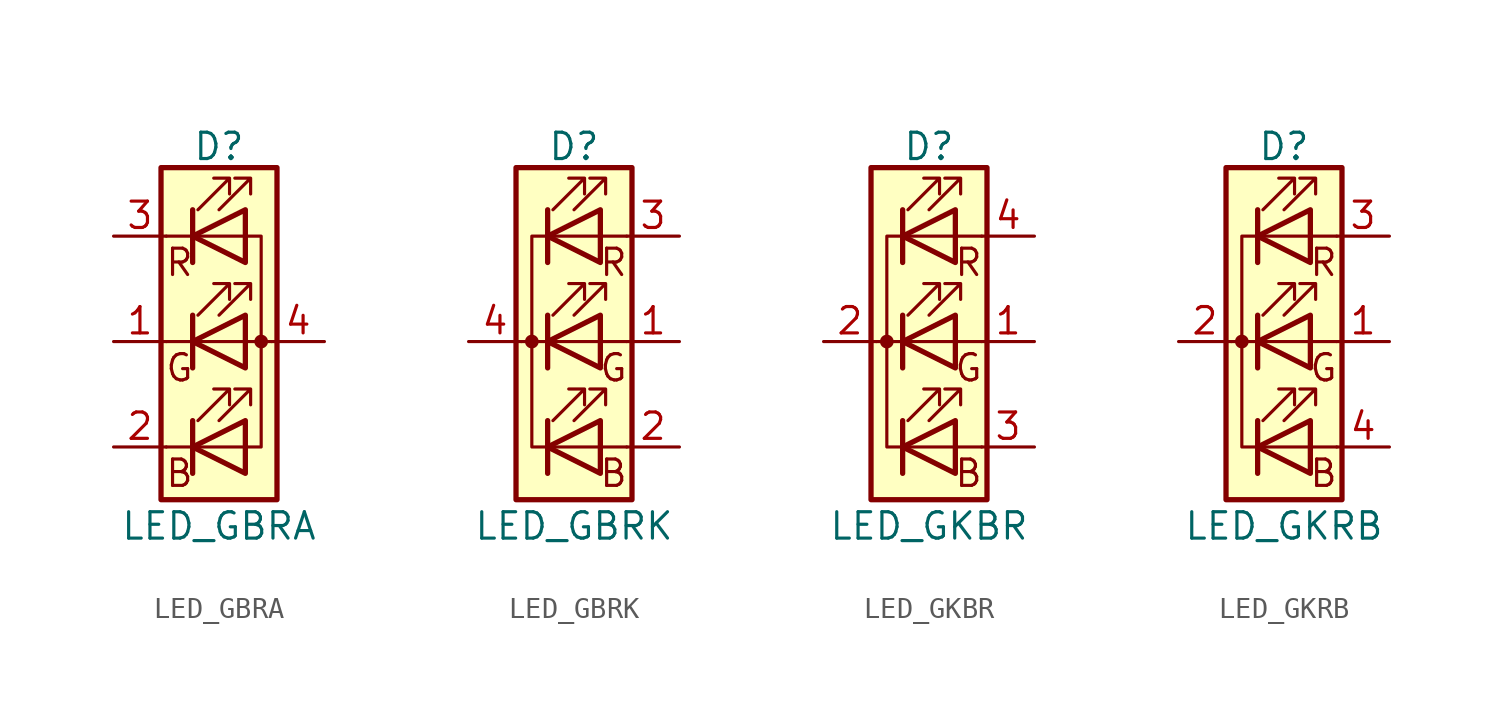
<source format=kicad_sym>
(kicad_symbol_lib
  (version 20241209)
  (generator "kicad_symbol_editor")
  (generator_version "9.0")
  (symbol "LED_GBRA"
    (pin_names
      (offset 0)
      (hide yes))
    (property "Reference" "D"
      (at 0 9.398 0)
      (effects (font (size 1.27 1.27))))
    (property "Value" "LED_GBRA"
      (at 0 -8.89 0)
      (effects (font (size 1.27 1.27))))
    (symbol "LED_GBRA_0_0"
      (text "R" (at -1.905 3.81 0) (effects (font (size 1.27 1.27))))
      (text "G" (at -1.905 -1.27 0) (effects (font (size 1.27 1.27))))
      (text "B" (at -1.905 -6.35 0) (effects (font (size 1.27 1.27)))))
    (symbol "LED_GBRA_0_1"
      (polyline (pts (xy -1.27 6.35) (xy -1.27 3.81)) (stroke (width 0.254) (type default)) (fill (type none)))
      (polyline (pts (xy -1.27 6.35) (xy -1.27 3.81) (xy -1.27 3.81)) (stroke (width 0) (type default)) (fill (type none)))
      (polyline (pts (xy -1.27 5.08) (xy -2.54 5.08)) (stroke (width 0) (type default)) (fill (type none)))
      (polyline (pts (xy -1.27 5.08) (xy 1.27 5.08)) (stroke (width 0) (type default)) (fill (type none)))
      (polyline (pts (xy -1.27 1.27) (xy -1.27 -1.27)) (stroke (width 0.254) (type default)) (fill (type none)))
      (polyline (pts (xy -1.27 1.27) (xy -1.27 -1.27) (xy -1.27 -1.27)) (stroke (width 0) (type default)) (fill (type none)))
      (polyline (pts (xy -1.27 0) (xy -2.54 0)) (stroke (width 0) (type default)) (fill (type none)))
      (polyline (pts (xy -1.27 -3.81) (xy -1.27 -6.35)) (stroke (width 0.254) (type default)) (fill (type none)))
      (polyline (pts (xy -1.27 -5.08) (xy -2.54 -5.08)) (stroke (width 0) (type default)) (fill (type none)))
      (polyline (pts (xy -1.27 -5.08) (xy 1.27 -5.08)) (stroke (width 0) (type default)) (fill (type none)))
      (polyline (pts (xy -1.016 6.35) (xy 0.508 7.874) (xy -0.254 7.874) (xy 0.508 7.874) (xy 0.508 7.112)) (stroke (width 0) (type default)) (fill (type none)))
      (polyline (pts (xy -1.016 1.27) (xy 0.508 2.794) (xy -0.254 2.794) (xy 0.508 2.794) (xy 0.508 2.032)) (stroke (width 0) (type default)) (fill (type none)))
      (polyline (pts (xy -1.016 -3.81) (xy 0.508 -2.286) (xy -0.254 -2.286) (xy 0.508 -2.286) (xy 0.508 -3.048)) (stroke (width 0) (type default)) (fill (type none)))
      (polyline (pts (xy 0 6.35) (xy 1.524 7.874) (xy 0.762 7.874) (xy 1.524 7.874) (xy 1.524 7.112)) (stroke (width 0) (type default)) (fill (type none)))
      (polyline (pts (xy 0 1.27) (xy 1.524 2.794) (xy 0.762 2.794) (xy 1.524 2.794) (xy 1.524 2.032)) (stroke (width 0) (type default)) (fill (type none)))
      (polyline (pts (xy 0 -3.81) (xy 1.524 -2.286) (xy 0.762 -2.286) (xy 1.524 -2.286) (xy 1.524 -3.048)) (stroke (width 0) (type default)) (fill (type none)))
      (polyline (pts (xy 1.27 6.35) (xy 1.27 3.81) (xy -1.27 5.08) (xy 1.27 6.35)) (stroke (width 0.254) (type default)) (fill (type none)))
      (rectangle (start 1.27 6.35) (end 1.27 6.35) (stroke (width 0) (type default)) (fill (type none)))
      (rectangle (start 1.27 3.81) (end 1.27 6.35) (stroke (width 0) (type default)) (fill (type none)))
      (polyline (pts (xy 1.27 1.27) (xy 1.27 -1.27) (xy -1.27 0) (xy 1.27 1.27)) (stroke (width 0.254) (type default)) (fill (type none)))
      (rectangle (start 1.27 1.27) (end 1.27 1.27) (stroke (width 0) (type default)) (fill (type none)))
      (polyline (pts (xy 1.27 0) (xy -1.27 0)) (stroke (width 0) (type default)) (fill (type none)))
      (polyline (pts (xy 1.27 0) (xy 2.54 0)) (stroke (width 0) (type default)) (fill (type none)))
      (rectangle (start 1.27 -1.27) (end 1.27 1.27) (stroke (width 0) (type default)) (fill (type none)))
      (polyline (pts (xy 1.27 -3.81) (xy 1.27 -6.35) (xy -1.27 -5.08) (xy 1.27 -3.81)) (stroke (width 0.254) (type default)) (fill (type none)))
      (polyline (pts (xy 1.27 -5.08) (xy 2.032 -5.08) (xy 2.032 5.08) (xy 1.27 5.08)) (stroke (width 0) (type default)) (fill (type none)))
      (circle (center 2.032 0) (radius 0.254) (stroke (width 0) (type default)) (fill (type outline)))
      (rectangle (start 2.794 8.382) (end -2.794 -7.62) (stroke (width 0.254) (type default)) (fill (type background))))
    (symbol "LED_GBRA_1_1"
      (pin passive line (at -5.08 5.08 0) (length 2.54) (name "RK" (effects (font (size 1.27 1.27)))) (number "3" (effects (font (size 1.27 1.27)))))
      (pin passive line (at -5.08 0 0) (length 2.54) (name "GK" (effects (font (size 1.27 1.27)))) (number "1" (effects (font (size 1.27 1.27)))))
      (pin passive line (at -5.08 -5.08 0) (length 2.54) (name "BK" (effects (font (size 1.27 1.27)))) (number "2" (effects (font (size 1.27 1.27)))))
      (pin passive line (at 5.08 0 180) (length 2.54) (name "A" (effects (font (size 1.27 1.27)))) (number "4" (effects (font (size 1.27 1.27)))))))
  (symbol "LED_GBRK"
    (pin_names
      (offset 0)
      (hide yes))
    (property "Reference" "D"
      (at 0 9.398 0)
      (effects (font (size 1.27 1.27))))
    (property "Value" "LED_GBRK"
      (at 0 -8.89 0)
      (effects (font (size 1.27 1.27))))
    (symbol "LED_GBRK_0_0"
      (text "R" (at 1.905 3.81 0) (effects (font (size 1.27 1.27))))
      (text "G" (at 1.905 -1.27 0) (effects (font (size 1.27 1.27))))
      (text "B" (at 1.905 -6.35 0) (effects (font (size 1.27 1.27)))))
    (symbol "LED_GBRK_0_1"
      (circle (center -2.032 0) (radius 0.254) (stroke (width 0) (type default)) (fill (type outline)))
      (polyline (pts (xy -1.27 6.35) (xy -1.27 3.81)) (stroke (width 0.254) (type default)) (fill (type none)))
      (polyline (pts (xy -1.27 6.35) (xy -1.27 3.81) (xy -1.27 3.81)) (stroke (width 0) (type default)) (fill (type none)))
      (polyline (pts (xy -1.27 5.08) (xy 1.27 5.08)) (stroke (width 0) (type default)) (fill (type none)))
      (polyline (pts (xy -1.27 5.08) (xy -2.032 5.08) (xy -2.032 -5.08) (xy -1.016 -5.08)) (stroke (width 0) (type default)) (fill (type none)))
      (polyline (pts (xy -1.27 1.27) (xy -1.27 -1.27)) (stroke (width 0.254) (type default)) (fill (type none)))
      (polyline (pts (xy -1.27 1.27) (xy -1.27 -1.27) (xy -1.27 -1.27)) (stroke (width 0) (type default)) (fill (type none)))
      (polyline (pts (xy -1.27 0) (xy -2.54 0)) (stroke (width 0) (type default)) (fill (type none)))
      (polyline (pts (xy -1.27 -3.81) (xy -1.27 -6.35)) (stroke (width 0.254) (type default)) (fill (type none)))
      (polyline (pts (xy -1.27 -5.08) (xy 1.27 -5.08)) (stroke (width 0) (type default)) (fill (type none)))
      (polyline (pts (xy -1.016 6.35) (xy 0.508 7.874) (xy -0.254 7.874) (xy 0.508 7.874) (xy 0.508 7.112)) (stroke (width 0) (type default)) (fill (type none)))
      (polyline (pts (xy -1.016 1.27) (xy 0.508 2.794) (xy -0.254 2.794) (xy 0.508 2.794) (xy 0.508 2.032)) (stroke (width 0) (type default)) (fill (type none)))
      (polyline (pts (xy -1.016 -3.81) (xy 0.508 -2.286) (xy -0.254 -2.286) (xy 0.508 -2.286) (xy 0.508 -3.048)) (stroke (width 0) (type default)) (fill (type none)))
      (polyline (pts (xy 0 6.35) (xy 1.524 7.874) (xy 0.762 7.874) (xy 1.524 7.874) (xy 1.524 7.112)) (stroke (width 0) (type default)) (fill (type none)))
      (polyline (pts (xy 0 1.27) (xy 1.524 2.794) (xy 0.762 2.794) (xy 1.524 2.794) (xy 1.524 2.032)) (stroke (width 0) (type default)) (fill (type none)))
      (polyline (pts (xy 0 -3.81) (xy 1.524 -2.286) (xy 0.762 -2.286) (xy 1.524 -2.286) (xy 1.524 -3.048)) (stroke (width 0) (type default)) (fill (type none)))
      (polyline (pts (xy 1.27 6.35) (xy 1.27 3.81) (xy -1.27 5.08) (xy 1.27 6.35)) (stroke (width 0.254) (type default)) (fill (type none)))
      (rectangle (start 1.27 6.35) (end 1.27 6.35) (stroke (width 0) (type default)) (fill (type none)))
      (polyline (pts (xy 1.27 5.08) (xy 2.54 5.08)) (stroke (width 0) (type default)) (fill (type none)))
      (rectangle (start 1.27 3.81) (end 1.27 6.35) (stroke (width 0) (type default)) (fill (type none)))
      (polyline (pts (xy 1.27 1.27) (xy 1.27 -1.27) (xy -1.27 0) (xy 1.27 1.27)) (stroke (width 0.254) (type default)) (fill (type none)))
      (rectangle (start 1.27 1.27) (end 1.27 1.27) (stroke (width 0) (type default)) (fill (type none)))
      (polyline (pts (xy 1.27 0) (xy -1.27 0)) (stroke (width 0) (type default)) (fill (type none)))
      (polyline (pts (xy 1.27 0) (xy 2.54 0)) (stroke (width 0) (type default)) (fill (type none)))
      (rectangle (start 1.27 -1.27) (end 1.27 1.27) (stroke (width 0) (type default)) (fill (type none)))
      (polyline (pts (xy 1.27 -3.81) (xy 1.27 -6.35) (xy -1.27 -5.08) (xy 1.27 -3.81)) (stroke (width 0.254) (type default)) (fill (type none)))
      (polyline (pts (xy 1.27 -5.08) (xy 2.54 -5.08)) (stroke (width 0) (type default)) (fill (type none)))
      (rectangle (start 2.794 8.382) (end -2.794 -7.62) (stroke (width 0.254) (type default)) (fill (type background))))
    (symbol "LED_GBRK_1_1"
      (pin passive line (at -5.08 0 0) (length 2.54) (name "K" (effects (font (size 1.27 1.27)))) (number "4" (effects (font (size 1.27 1.27)))))
      (pin passive line (at 5.08 5.08 180) (length 2.54) (name "RA" (effects (font (size 1.27 1.27)))) (number "3" (effects (font (size 1.27 1.27)))))
      (pin passive line (at 5.08 0 180) (length 2.54) (name "GA" (effects (font (size 1.27 1.27)))) (number "1" (effects (font (size 1.27 1.27)))))
      (pin passive line (at 5.08 -5.08 180) (length 2.54) (name "BA" (effects (font (size 1.27 1.27)))) (number "2" (effects (font (size 1.27 1.27)))))))
  (symbol "LED_GKBR"
    (pin_names
      (offset 0)
      (hide yes))
    (property "Reference" "D"
      (at 0 9.398 0)
      (effects (font (size 1.27 1.27))))
    (property "Value" "LED_GKBR"
      (at 0 -8.89 0)
      (effects (font (size 1.27 1.27))))
    (symbol "LED_GKBR_0_0"
      (text "R" (at 1.905 3.81 0) (effects (font (size 1.27 1.27))))
      (text "G" (at 1.905 -1.27 0) (effects (font (size 1.27 1.27))))
      (text "B" (at 1.905 -6.35 0) (effects (font (size 1.27 1.27)))))
    (symbol "LED_GKBR_0_1"
      (circle (center -2.032 0) (radius 0.254) (stroke (width 0) (type default)) (fill (type outline)))
      (polyline (pts (xy -1.27 6.35) (xy -1.27 3.81)) (stroke (width 0.254) (type default)) (fill (type none)))
      (polyline (pts (xy -1.27 6.35) (xy -1.27 3.81) (xy -1.27 3.81)) (stroke (width 0) (type default)) (fill (type none)))
      (polyline (pts (xy -1.27 5.08) (xy 1.27 5.08)) (stroke (width 0) (type default)) (fill (type none)))
      (polyline (pts (xy -1.27 5.08) (xy -2.032 5.08) (xy -2.032 -5.08) (xy -1.016 -5.08)) (stroke (width 0) (type default)) (fill (type none)))
      (polyline (pts (xy -1.27 1.27) (xy -1.27 -1.27)) (stroke (width 0.254) (type default)) (fill (type none)))
      (polyline (pts (xy -1.27 1.27) (xy -1.27 -1.27) (xy -1.27 -1.27)) (stroke (width 0) (type default)) (fill (type none)))
      (polyline (pts (xy -1.27 0) (xy -2.54 0)) (stroke (width 0) (type default)) (fill (type none)))
      (polyline (pts (xy -1.27 -3.81) (xy -1.27 -6.35)) (stroke (width 0.254) (type default)) (fill (type none)))
      (polyline (pts (xy -1.27 -5.08) (xy 1.27 -5.08)) (stroke (width 0) (type default)) (fill (type none)))
      (polyline (pts (xy -1.016 6.35) (xy 0.508 7.874) (xy -0.254 7.874) (xy 0.508 7.874) (xy 0.508 7.112)) (stroke (width 0) (type default)) (fill (type none)))
      (polyline (pts (xy -1.016 1.27) (xy 0.508 2.794) (xy -0.254 2.794) (xy 0.508 2.794) (xy 0.508 2.032)) (stroke (width 0) (type default)) (fill (type none)))
      (polyline (pts (xy -1.016 -3.81) (xy 0.508 -2.286) (xy -0.254 -2.286) (xy 0.508 -2.286) (xy 0.508 -3.048)) (stroke (width 0) (type default)) (fill (type none)))
      (polyline (pts (xy 0 6.35) (xy 1.524 7.874) (xy 0.762 7.874) (xy 1.524 7.874) (xy 1.524 7.112)) (stroke (width 0) (type default)) (fill (type none)))
      (polyline (pts (xy 0 1.27) (xy 1.524 2.794) (xy 0.762 2.794) (xy 1.524 2.794) (xy 1.524 2.032)) (stroke (width 0) (type default)) (fill (type none)))
      (polyline (pts (xy 0 -3.81) (xy 1.524 -2.286) (xy 0.762 -2.286) (xy 1.524 -2.286) (xy 1.524 -3.048)) (stroke (width 0) (type default)) (fill (type none)))
      (polyline (pts (xy 1.27 6.35) (xy 1.27 3.81) (xy -1.27 5.08) (xy 1.27 6.35)) (stroke (width 0.254) (type default)) (fill (type none)))
      (rectangle (start 1.27 6.35) (end 1.27 6.35) (stroke (width 0) (type default)) (fill (type none)))
      (polyline (pts (xy 1.27 5.08) (xy 2.54 5.08)) (stroke (width 0) (type default)) (fill (type none)))
      (rectangle (start 1.27 3.81) (end 1.27 6.35) (stroke (width 0) (type default)) (fill (type none)))
      (polyline (pts (xy 1.27 1.27) (xy 1.27 -1.27) (xy -1.27 0) (xy 1.27 1.27)) (stroke (width 0.254) (type default)) (fill (type none)))
      (rectangle (start 1.27 1.27) (end 1.27 1.27) (stroke (width 0) (type default)) (fill (type none)))
      (polyline (pts (xy 1.27 0) (xy -1.27 0)) (stroke (width 0) (type default)) (fill (type none)))
      (polyline (pts (xy 1.27 0) (xy 2.54 0)) (stroke (width 0) (type default)) (fill (type none)))
      (rectangle (start 1.27 -1.27) (end 1.27 1.27) (stroke (width 0) (type default)) (fill (type none)))
      (polyline (pts (xy 1.27 -3.81) (xy 1.27 -6.35) (xy -1.27 -5.08) (xy 1.27 -3.81)) (stroke (width 0.254) (type default)) (fill (type none)))
      (polyline (pts (xy 1.27 -5.08) (xy 2.54 -5.08)) (stroke (width 0) (type default)) (fill (type none)))
      (rectangle (start 2.794 8.382) (end -2.794 -7.62) (stroke (width 0.254) (type default)) (fill (type background))))
    (symbol "LED_GKBR_1_1"
      (pin passive line (at -5.08 0 0) (length 2.54) (name "K" (effects (font (size 1.27 1.27)))) (number "2" (effects (font (size 1.27 1.27)))))
      (pin passive line (at 5.08 5.08 180) (length 2.54) (name "RA" (effects (font (size 1.27 1.27)))) (number "4" (effects (font (size 1.27 1.27)))))
      (pin passive line (at 5.08 0 180) (length 2.54) (name "GA" (effects (font (size 1.27 1.27)))) (number "1" (effects (font (size 1.27 1.27)))))
      (pin passive line (at 5.08 -5.08 180) (length 2.54) (name "BA" (effects (font (size 1.27 1.27)))) (number "3" (effects (font (size 1.27 1.27)))))))
  (symbol "LED_GKRB"
    (pin_names
      (offset 0)
      (hide yes))
    (property "Reference" "D"
      (at 0 9.398 0)
      (effects (font (size 1.27 1.27))))
    (property "Value" "LED_GKRB"
      (at 0 -8.89 0)
      (effects (font (size 1.27 1.27))))
    (symbol "LED_GKRB_0_0"
      (text "R" (at 1.905 3.81 0) (effects (font (size 1.27 1.27))))
      (text "G" (at 1.905 -1.27 0) (effects (font (size 1.27 1.27))))
      (text "B" (at 1.905 -6.35 0) (effects (font (size 1.27 1.27)))))
    (symbol "LED_GKRB_0_1"
      (circle (center -2.032 0) (radius 0.254) (stroke (width 0) (type default)) (fill (type outline)))
      (polyline (pts (xy -1.27 6.35) (xy -1.27 3.81)) (stroke (width 0.254) (type default)) (fill (type none)))
      (polyline (pts (xy -1.27 6.35) (xy -1.27 3.81) (xy -1.27 3.81)) (stroke (width 0) (type default)) (fill (type none)))
      (polyline (pts (xy -1.27 5.08) (xy 1.27 5.08)) (stroke (width 0) (type default)) (fill (type none)))
      (polyline (pts (xy -1.27 5.08) (xy -2.032 5.08) (xy -2.032 -5.08) (xy -1.016 -5.08)) (stroke (width 0) (type default)) (fill (type none)))
      (polyline (pts (xy -1.27 1.27) (xy -1.27 -1.27)) (stroke (width 0.254) (type default)) (fill (type none)))
      (polyline (pts (xy -1.27 1.27) (xy -1.27 -1.27) (xy -1.27 -1.27)) (stroke (width 0) (type default)) (fill (type none)))
      (polyline (pts (xy -1.27 0) (xy -2.54 0)) (stroke (width 0) (type default)) (fill (type none)))
      (polyline (pts (xy -1.27 -3.81) (xy -1.27 -6.35)) (stroke (width 0.254) (type default)) (fill (type none)))
      (polyline (pts (xy -1.27 -5.08) (xy 1.27 -5.08)) (stroke (width 0) (type default)) (fill (type none)))
      (polyline (pts (xy -1.016 6.35) (xy 0.508 7.874) (xy -0.254 7.874) (xy 0.508 7.874) (xy 0.508 7.112)) (stroke (width 0) (type default)) (fill (type none)))
      (polyline (pts (xy -1.016 1.27) (xy 0.508 2.794) (xy -0.254 2.794) (xy 0.508 2.794) (xy 0.508 2.032)) (stroke (width 0) (type default)) (fill (type none)))
      (polyline (pts (xy -1.016 -3.81) (xy 0.508 -2.286) (xy -0.254 -2.286) (xy 0.508 -2.286) (xy 0.508 -3.048)) (stroke (width 0) (type default)) (fill (type none)))
      (polyline (pts (xy 0 6.35) (xy 1.524 7.874) (xy 0.762 7.874) (xy 1.524 7.874) (xy 1.524 7.112)) (stroke (width 0) (type default)) (fill (type none)))
      (polyline (pts (xy 0 1.27) (xy 1.524 2.794) (xy 0.762 2.794) (xy 1.524 2.794) (xy 1.524 2.032)) (stroke (width 0) (type default)) (fill (type none)))
      (polyline (pts (xy 0 -3.81) (xy 1.524 -2.286) (xy 0.762 -2.286) (xy 1.524 -2.286) (xy 1.524 -3.048)) (stroke (width 0) (type default)) (fill (type none)))
      (polyline (pts (xy 1.27 6.35) (xy 1.27 3.81) (xy -1.27 5.08) (xy 1.27 6.35)) (stroke (width 0.254) (type default)) (fill (type none)))
      (rectangle (start 1.27 6.35) (end 1.27 6.35) (stroke (width 0) (type default)) (fill (type none)))
      (polyline (pts (xy 1.27 5.08) (xy 2.54 5.08)) (stroke (width 0) (type default)) (fill (type none)))
      (rectangle (start 1.27 3.81) (end 1.27 6.35) (stroke (width 0) (type default)) (fill (type none)))
      (polyline (pts (xy 1.27 1.27) (xy 1.27 -1.27) (xy -1.27 0) (xy 1.27 1.27)) (stroke (width 0.254) (type default)) (fill (type none)))
      (rectangle (start 1.27 1.27) (end 1.27 1.27) (stroke (width 0) (type default)) (fill (type none)))
      (polyline (pts (xy 1.27 0) (xy -1.27 0)) (stroke (width 0) (type default)) (fill (type none)))
      (polyline (pts (xy 1.27 0) (xy 2.54 0)) (stroke (width 0) (type default)) (fill (type none)))
      (rectangle (start 1.27 -1.27) (end 1.27 1.27) (stroke (width 0) (type default)) (fill (type none)))
      (polyline (pts (xy 1.27 -3.81) (xy 1.27 -6.35) (xy -1.27 -5.08) (xy 1.27 -3.81)) (stroke (width 0.254) (type default)) (fill (type none)))
      (polyline (pts (xy 1.27 -5.08) (xy 2.54 -5.08)) (stroke (width 0) (type default)) (fill (type none)))
      (rectangle (start 2.794 8.382) (end -2.794 -7.62) (stroke (width 0.254) (type default)) (fill (type background))))
    (symbol "LED_GKRB_1_1"
      (pin passive line (at -5.08 0 0) (length 2.54) (name "K" (effects (font (size 1.27 1.27)))) (number "2" (effects (font (size 1.27 1.27)))))
      (pin passive line (at 5.08 5.08 180) (length 2.54) (name "RA" (effects (font (size 1.27 1.27)))) (number "3" (effects (font (size 1.27 1.27)))))
      (pin passive line (at 5.08 0 180) (length 2.54) (name "GA" (effects (font (size 1.27 1.27)))) (number "1" (effects (font (size 1.27 1.27)))))
      (pin passive line (at 5.08 -5.08 180) (length 2.54) (name "BA" (effects (font (size 1.27 1.27)))) (number "4" (effects (font (size 1.27 1.27))))))))
</source>
